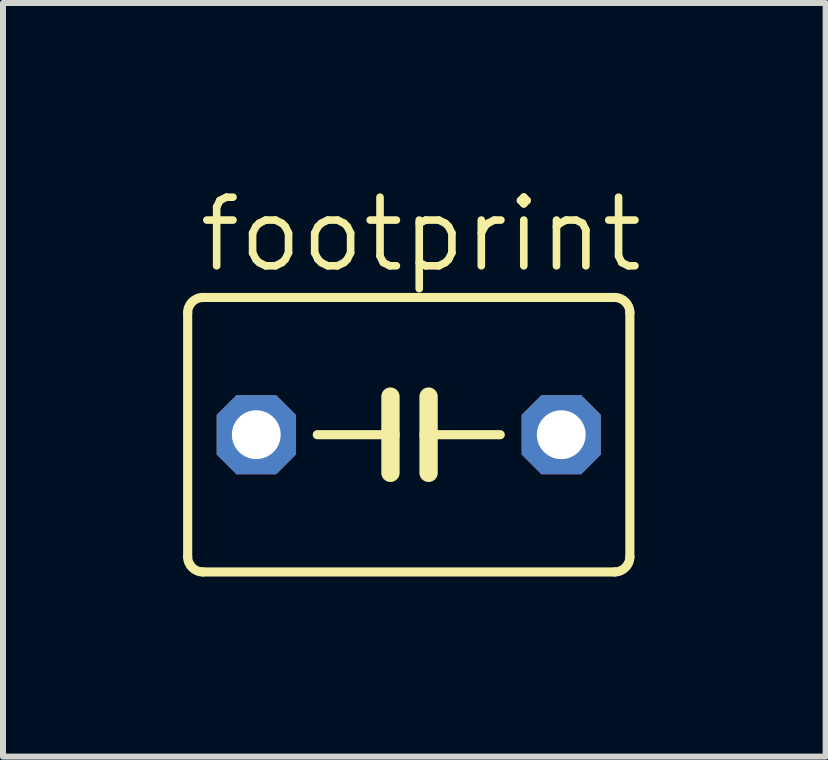
<source format=kicad_pcb>
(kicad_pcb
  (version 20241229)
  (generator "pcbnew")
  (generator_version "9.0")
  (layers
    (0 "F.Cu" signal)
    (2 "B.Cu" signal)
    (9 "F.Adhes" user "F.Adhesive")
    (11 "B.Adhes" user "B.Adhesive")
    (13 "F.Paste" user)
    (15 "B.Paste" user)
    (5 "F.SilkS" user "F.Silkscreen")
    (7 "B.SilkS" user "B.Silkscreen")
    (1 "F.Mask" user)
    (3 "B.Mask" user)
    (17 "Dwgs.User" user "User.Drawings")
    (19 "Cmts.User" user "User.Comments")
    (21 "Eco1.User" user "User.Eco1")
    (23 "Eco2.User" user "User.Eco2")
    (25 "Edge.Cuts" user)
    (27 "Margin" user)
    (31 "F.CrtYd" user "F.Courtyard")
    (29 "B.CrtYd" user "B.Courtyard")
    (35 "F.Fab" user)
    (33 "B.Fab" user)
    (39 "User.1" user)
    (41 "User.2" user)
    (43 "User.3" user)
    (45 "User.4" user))
  (footprint "footprint"
    (layer "F.Cu")
    (at 3.759 4.191)
    (property "Reference" "footprint" (at -3.556 -2.667 0) (layer "F.SilkS") (effects (font (size 1.143 1.143) (thickness 0.127)) (justify left bottom)))
    (fp_line (start -3.683 -2.032) (end -3.683 2.032) (stroke (width 0.152) (type solid)) (layer "F.SilkS"))
    (fp_line (start -3.429 2.286) (end 3.429 2.286) (stroke (width 0.152) (type solid)) (layer "F.SilkS"))
    (fp_line (start -0.305 -0.635) (end -0.305 0) (stroke (width 0.305) (type solid)) (layer "F.SilkS"))
    (fp_line (start -0.305 0) (end -1.524 0) (stroke (width 0.152) (type solid)) (layer "F.SilkS"))
    (fp_line (start -0.305 0) (end -0.305 0.635) (stroke (width 0.305) (type solid)) (layer "F.SilkS"))
    (fp_line (start 0.33 -0.635) (end 0.33 0) (stroke (width 0.305) (type solid)) (layer "F.SilkS"))
    (fp_line (start 0.33 0) (end 0.33 0.635) (stroke (width 0.305) (type solid)) (layer "F.SilkS"))
    (fp_line (start 0.33 0) (end 1.524 0) (stroke (width 0.152) (type solid)) (layer "F.SilkS"))
    (fp_line (start 3.429 -2.286) (end -3.429 -2.286) (stroke (width 0.152) (type solid)) (layer "F.SilkS"))
    (fp_line (start 3.683 2.032) (end 3.683 -2.032) (stroke (width 0.152) (type solid)) (layer "F.SilkS"))
    (fp_arc (start -3.683 -2.032) (mid -3.608605 -2.211605) (end -3.429 -2.286) (stroke (width 0.1524) (type solid)) (layer "F.SilkS"))
    (fp_arc (start -3.429 2.286) (mid -3.608605 2.211605) (end -3.683 2.032) (stroke (width 0.1524) (type solid)) (layer "F.SilkS"))
    (fp_arc (start 3.429 -2.286) (mid 3.608605 -2.211605) (end 3.683 -2.032) (stroke (width 0.1524) (type solid)) (layer "F.SilkS"))
    (fp_arc (start 3.683 2.032) (mid 3.608605 2.211605) (end 3.429 2.286) (stroke (width 0.1524) (type solid)) (layer "F.SilkS"))
    (pad "1" thru_hole roundrect (at -2.54 0) (size 1.321 1.321) (drill 0.813) (layers "*.Cu" "*.Mask") (roundrect_rratio 0.25) (chamfer_ratio 0.25) (chamfer top_left top_right bottom_left bottom_right))
    (pad "2" thru_hole roundrect (at 2.54 0) (size 1.321 1.321) (drill 0.813) (layers "*.Cu" "*.Mask") (roundrect_rratio 0.25) (chamfer_ratio 0.25) (chamfer top_left top_right bottom_left bottom_right)))
  (gr_rect
    (start -3 -3)
    (end 10.703 9.553)
    (stroke (width 0.1) (type default))
    (fill no)
    (layer "Edge.Cuts")))
</source>
